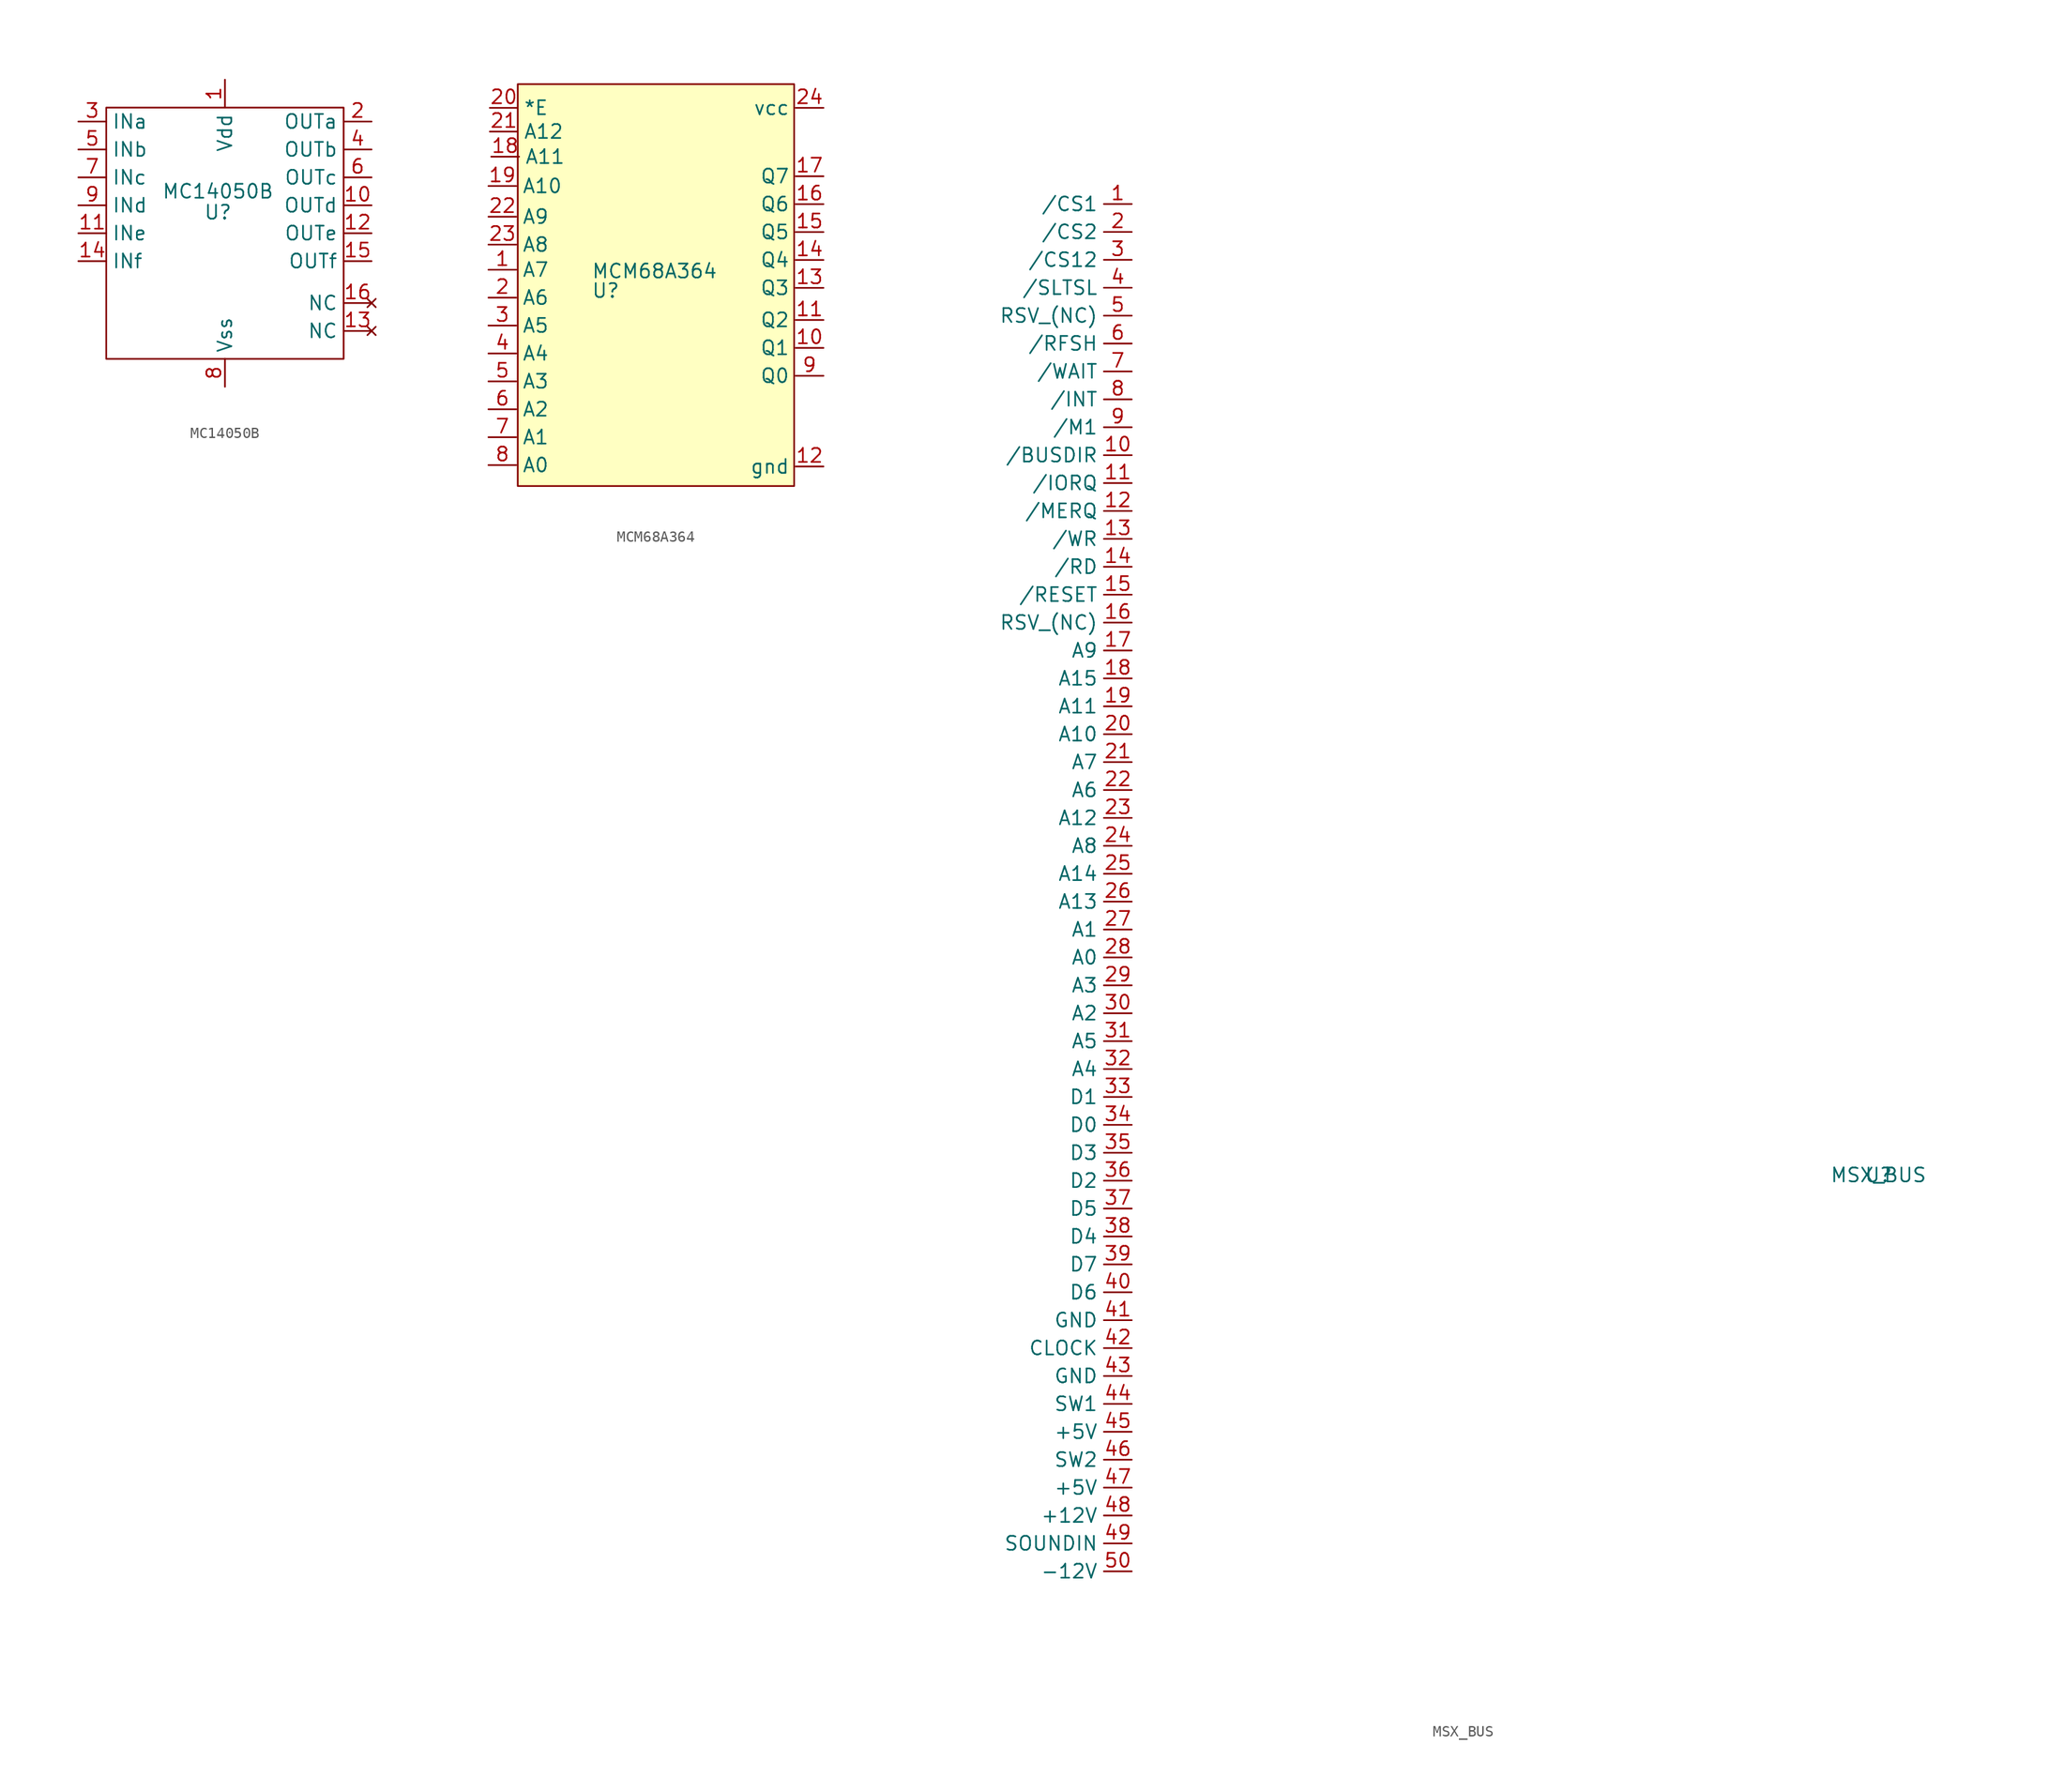
<source format=kicad_sym>
(kicad_symbol_lib
  (version 20211014)
  (generator kicad_symbol_editor)
  (symbol "MC14050B"
    (property "Reference" "U"
      (at 26.035 51.435 0)
      (effects (font (size 1.27 1.27))))
    (property "Value" "MC14050B"
      (at 26.035 53.34 0)
      (effects (font (size 1.27 1.27))))
    (symbol "MC14050B_0_1"
      (rectangle (start 37.465 38.1) (end 15.875 60.96) (stroke (width 0) (type default) (color 0 0 0 0)) (fill (type none))))
    (symbol "MC14050B_1_1"
      (pin power_in line (at 26.67 63.5 270) (length 2.54) (name "Vdd" (effects (font (size 1.27 1.27)))) (number "1" (effects (font (size 1.27 1.27)))))
      (pin output line (at 40.005 52.07 180) (length 2.54) (name "OUTd" (effects (font (size 1.27 1.27)))) (number "10" (effects (font (size 1.27 1.27)))))
      (pin input line (at 13.335 49.53 0) (length 2.54) (name "INe" (effects (font (size 1.27 1.27)))) (number "11" (effects (font (size 1.27 1.27)))))
      (pin output line (at 40.005 49.53 180) (length 2.54) (name "OUTe" (effects (font (size 1.27 1.27)))) (number "12" (effects (font (size 1.27 1.27)))))
      (pin no_connect line (at 40.005 40.64 180) (length 2.54) (name "NC" (effects (font (size 1.27 1.27)))) (number "13" (effects (font (size 1.27 1.27)))))
      (pin input line (at 13.335 46.99 0) (length 2.54) (name "INf" (effects (font (size 1.27 1.27)))) (number "14" (effects (font (size 1.27 1.27)))))
      (pin output line (at 40.005 46.99 180) (length 2.54) (name "OUTf" (effects (font (size 1.27 1.27)))) (number "15" (effects (font (size 1.27 1.27)))))
      (pin no_connect line (at 40.005 43.18 180) (length 2.54) (name "NC" (effects (font (size 1.27 1.27)))) (number "16" (effects (font (size 1.27 1.27)))))
      (pin output line (at 40.005 59.69 180) (length 2.54) (name "OUTa" (effects (font (size 1.27 1.27)))) (number "2" (effects (font (size 1.27 1.27)))))
      (pin input line (at 13.335 59.69 0) (length 2.54) (name "INa" (effects (font (size 1.27 1.27)))) (number "3" (effects (font (size 1.27 1.27)))))
      (pin output line (at 40.005 57.15 180) (length 2.54) (name "OUTb" (effects (font (size 1.27 1.27)))) (number "4" (effects (font (size 1.27 1.27)))))
      (pin input line (at 13.335 57.15 0) (length 2.54) (name "INb" (effects (font (size 1.27 1.27)))) (number "5" (effects (font (size 1.27 1.27)))))
      (pin output line (at 40.005 54.61 180) (length 2.54) (name "OUTc" (effects (font (size 1.27 1.27)))) (number "6" (effects (font (size 1.27 1.27)))))
      (pin input line (at 13.335 54.61 0) (length 2.54) (name "INc" (effects (font (size 1.27 1.27)))) (number "7" (effects (font (size 1.27 1.27)))))
      (pin power_in line (at 26.67 35.56 90) (length 2.54) (name "Vss" (effects (font (size 1.27 1.27)))) (number "8" (effects (font (size 1.27 1.27)))))
      (pin input line (at 13.335 52.07 0) (length 2.54) (name "INd" (effects (font (size 1.27 1.27)))) (number "9" (effects (font (size 1.27 1.27)))))))
  (symbol "MCM68A364"
    (property "Reference" "U"
      (at -4.826 2.54 0)
      (effects (font (size 1.27 1.27))))
    (property "Value" "MCM68A364"
      (at -0.381 4.318 0)
      (effects (font (size 1.27 1.27))))
    (symbol "MCM68A364_0_1"
      (rectangle (start -12.827 21.336) (end 12.319 -15.24) (stroke (width 0) (type default) (color 0 0 0 0)) (fill (type background))))
    (symbol "MCM68A364_1_1"
      (pin input line (at -15.494 4.445 0) (length 2.54) (name "A7" (effects (font (size 1.27 1.27)))) (number "1" (effects (font (size 1.27 1.27)))))
      (pin output line (at 14.986 -2.667 180) (length 2.54) (name "Q1" (effects (font (size 1.27 1.27)))) (number "10" (effects (font (size 1.27 1.27)))))
      (pin output line (at 14.986 -0.127 180) (length 2.54) (name "Q2" (effects (font (size 1.27 1.27)))) (number "11" (effects (font (size 1.27 1.27)))))
      (pin power_in line (at 14.986 -13.462 180) (length 2.54) (name "gnd" (effects (font (size 1.27 1.27)))) (number "12" (effects (font (size 1.27 1.27)))))
      (pin output line (at 14.986 2.794 180) (length 2.54) (name "Q3" (effects (font (size 1.27 1.27)))) (number "13" (effects (font (size 1.27 1.27)))))
      (pin output line (at 14.986 5.334 180) (length 2.54) (name "Q4" (effects (font (size 1.27 1.27)))) (number "14" (effects (font (size 1.27 1.27)))))
      (pin output line (at 14.986 7.874 180) (length 2.54) (name "Q5" (effects (font (size 1.27 1.27)))) (number "15" (effects (font (size 1.27 1.27)))))
      (pin output line (at 14.986 10.414 180) (length 2.54) (name "Q6" (effects (font (size 1.27 1.27)))) (number "16" (effects (font (size 1.27 1.27)))))
      (pin output line (at 14.986 12.954 180) (length 2.54) (name "Q7" (effects (font (size 1.27 1.27)))) (number "17" (effects (font (size 1.27 1.27)))))
      (pin input line (at -15.24 14.732 0) (length 2.54) (name "A11" (effects (font (size 1.27 1.27)))) (number "18" (effects (font (size 1.27 1.27)))))
      (pin input line (at -15.494 12.065 0) (length 2.54) (name "A10" (effects (font (size 1.27 1.27)))) (number "19" (effects (font (size 1.27 1.27)))))
      (pin input line (at -15.494 1.905 0) (length 2.54) (name "A6" (effects (font (size 1.27 1.27)))) (number "2" (effects (font (size 1.27 1.27)))))
      (pin input line (at -15.367 19.177 0) (length 2.54) (name "*E" (effects (font (size 1.27 1.27)))) (number "20" (effects (font (size 1.27 1.27)))))
      (pin input line (at -15.367 17.018 0) (length 2.54) (name "A12" (effects (font (size 1.27 1.27)))) (number "21" (effects (font (size 1.27 1.27)))))
      (pin input line (at -15.494 9.271 0) (length 2.54) (name "A9" (effects (font (size 1.27 1.27)))) (number "22" (effects (font (size 1.27 1.27)))))
      (pin input line (at -15.494 6.731 0) (length 2.54) (name "A8" (effects (font (size 1.27 1.27)))) (number "23" (effects (font (size 1.27 1.27)))))
      (pin power_in line (at 14.986 19.177 180) (length 2.54) (name "vcc" (effects (font (size 1.27 1.27)))) (number "24" (effects (font (size 1.27 1.27)))))
      (pin input line (at -15.494 -0.635 0) (length 2.54) (name "A5" (effects (font (size 1.27 1.27)))) (number "3" (effects (font (size 1.27 1.27)))))
      (pin input line (at -15.494 -3.175 0) (length 2.54) (name "A4" (effects (font (size 1.27 1.27)))) (number "4" (effects (font (size 1.27 1.27)))))
      (pin input line (at -15.494 -5.715 0) (length 2.54) (name "A3" (effects (font (size 1.27 1.27)))) (number "5" (effects (font (size 1.27 1.27)))))
      (pin input line (at -15.494 -8.255 0) (length 2.54) (name "A2" (effects (font (size 1.27 1.27)))) (number "6" (effects (font (size 1.27 1.27)))))
      (pin input line (at -15.494 -10.795 0) (length 2.54) (name "A1" (effects (font (size 1.27 1.27)))) (number "7" (effects (font (size 1.27 1.27)))))
      (pin input line (at -15.494 -13.335 0) (length 2.54) (name "A0" (effects (font (size 1.27 1.27)))) (number "8" (effects (font (size 1.27 1.27)))))
      (pin output line (at 14.986 -5.207 180) (length 2.54) (name "Q0" (effects (font (size 1.27 1.27)))) (number "9" (effects (font (size 1.27 1.27)))))))
  (symbol "MSX_BUS"
    (property "Reference" "U"
      (at 0 0 0)
      (effects (font (size 1.27 1.27))))
    (property "Value" "MSX_BUS"
      (at 0 0 0)
      (effects (font (size 1.27 1.27))))
    (symbol "MSX_BUS_1_1"
      (pin output line (at -67.945 88.392 180) (length 2.54) (name "/CS1" (effects (font (size 1.27 1.27)))) (number "1" (effects (font (size 1.27 1.27)))))
      (pin output line (at -67.945 65.532 180) (length 2.54) (name "/BUSDIR" (effects (font (size 1.27 1.27)))) (number "10" (effects (font (size 1.27 1.27)))))
      (pin output line (at -67.945 62.992 180) (length 2.54) (name "/IORQ" (effects (font (size 1.27 1.27)))) (number "11" (effects (font (size 1.27 1.27)))))
      (pin output line (at -67.945 60.452 180) (length 2.54) (name "/MERQ" (effects (font (size 1.27 1.27)))) (number "12" (effects (font (size 1.27 1.27)))))
      (pin output line (at -67.945 57.912 180) (length 2.54) (name "/WR" (effects (font (size 1.27 1.27)))) (number "13" (effects (font (size 1.27 1.27)))))
      (pin output line (at -67.945 55.372 180) (length 2.54) (name "/RD" (effects (font (size 1.27 1.27)))) (number "14" (effects (font (size 1.27 1.27)))))
      (pin input line (at -67.945 52.832 180) (length 2.54) (name "/RESET" (effects (font (size 1.27 1.27)))) (number "15" (effects (font (size 1.27 1.27)))))
      (pin output line (at -67.945 50.292 180) (length 2.54) (name "RSV_(NC)" (effects (font (size 1.27 1.27)))) (number "16" (effects (font (size 1.27 1.27)))))
      (pin output line (at -67.945 47.752 180) (length 2.54) (name "A9" (effects (font (size 1.27 1.27)))) (number "17" (effects (font (size 1.27 1.27)))))
      (pin output line (at -67.945 45.212 180) (length 2.54) (name "A15" (effects (font (size 1.27 1.27)))) (number "18" (effects (font (size 1.27 1.27)))))
      (pin output line (at -67.945 42.672 180) (length 2.54) (name "A11" (effects (font (size 1.27 1.27)))) (number "19" (effects (font (size 1.27 1.27)))))
      (pin output line (at -67.945 85.852 180) (length 2.54) (name "/CS2" (effects (font (size 1.27 1.27)))) (number "2" (effects (font (size 1.27 1.27)))))
      (pin output line (at -67.945 40.132 180) (length 2.54) (name "A10" (effects (font (size 1.27 1.27)))) (number "20" (effects (font (size 1.27 1.27)))))
      (pin output line (at -67.945 37.592 180) (length 2.54) (name "A7" (effects (font (size 1.27 1.27)))) (number "21" (effects (font (size 1.27 1.27)))))
      (pin output line (at -67.945 35.052 180) (length 2.54) (name "A6" (effects (font (size 1.27 1.27)))) (number "22" (effects (font (size 1.27 1.27)))))
      (pin output line (at -67.945 32.512 180) (length 2.54) (name "A12" (effects (font (size 1.27 1.27)))) (number "23" (effects (font (size 1.27 1.27)))))
      (pin output line (at -67.945 29.972 180) (length 2.54) (name "A8" (effects (font (size 1.27 1.27)))) (number "24" (effects (font (size 1.27 1.27)))))
      (pin output line (at -67.945 27.432 180) (length 2.54) (name "A14" (effects (font (size 1.27 1.27)))) (number "25" (effects (font (size 1.27 1.27)))))
      (pin output line (at -67.945 24.892 180) (length 2.54) (name "A13" (effects (font (size 1.27 1.27)))) (number "26" (effects (font (size 1.27 1.27)))))
      (pin output line (at -67.945 22.352 180) (length 2.54) (name "A1" (effects (font (size 1.27 1.27)))) (number "27" (effects (font (size 1.27 1.27)))))
      (pin output line (at -67.945 19.812 180) (length 2.54) (name "A0" (effects (font (size 1.27 1.27)))) (number "28" (effects (font (size 1.27 1.27)))))
      (pin output line (at -67.945 17.272 180) (length 2.54) (name "A3" (effects (font (size 1.27 1.27)))) (number "29" (effects (font (size 1.27 1.27)))))
      (pin output line (at -67.945 83.312 180) (length 2.54) (name "/CS12" (effects (font (size 1.27 1.27)))) (number "3" (effects (font (size 1.27 1.27)))))
      (pin output line (at -67.945 14.732 180) (length 2.54) (name "A2" (effects (font (size 1.27 1.27)))) (number "30" (effects (font (size 1.27 1.27)))))
      (pin output line (at -67.945 12.192 180) (length 2.54) (name "A5" (effects (font (size 1.27 1.27)))) (number "31" (effects (font (size 1.27 1.27)))))
      (pin output line (at -67.945 9.652 180) (length 2.54) (name "A4" (effects (font (size 1.27 1.27)))) (number "32" (effects (font (size 1.27 1.27)))))
      (pin output line (at -67.945 7.112 180) (length 2.54) (name "D1" (effects (font (size 1.27 1.27)))) (number "33" (effects (font (size 1.27 1.27)))))
      (pin output line (at -67.945 4.572 180) (length 2.54) (name "D0" (effects (font (size 1.27 1.27)))) (number "34" (effects (font (size 1.27 1.27)))))
      (pin output line (at -67.945 2.032 180) (length 2.54) (name "D3" (effects (font (size 1.27 1.27)))) (number "35" (effects (font (size 1.27 1.27)))))
      (pin output line (at -67.945 -0.508 180) (length 2.54) (name "D2" (effects (font (size 1.27 1.27)))) (number "36" (effects (font (size 1.27 1.27)))))
      (pin output line (at -67.945 -3.048 180) (length 2.54) (name "D5" (effects (font (size 1.27 1.27)))) (number "37" (effects (font (size 1.27 1.27)))))
      (pin output line (at -67.945 -5.588 180) (length 2.54) (name "D4" (effects (font (size 1.27 1.27)))) (number "38" (effects (font (size 1.27 1.27)))))
      (pin output line (at -67.945 -8.128 180) (length 2.54) (name "D7" (effects (font (size 1.27 1.27)))) (number "39" (effects (font (size 1.27 1.27)))))
      (pin output line (at -67.945 80.772 180) (length 2.54) (name "/SLTSL" (effects (font (size 1.27 1.27)))) (number "4" (effects (font (size 1.27 1.27)))))
      (pin output line (at -67.945 -10.668 180) (length 2.54) (name "D6" (effects (font (size 1.27 1.27)))) (number "40" (effects (font (size 1.27 1.27)))))
      (pin output line (at -67.945 -13.208 180) (length 2.54) (name "GND" (effects (font (size 1.27 1.27)))) (number "41" (effects (font (size 1.27 1.27)))))
      (pin output line (at -67.945 -15.748 180) (length 2.54) (name "CLOCK" (effects (font (size 1.27 1.27)))) (number "42" (effects (font (size 1.27 1.27)))))
      (pin output line (at -67.945 -18.288 180) (length 2.54) (name "GND" (effects (font (size 1.27 1.27)))) (number "43" (effects (font (size 1.27 1.27)))))
      (pin output line (at -67.945 -20.828 180) (length 2.54) (name "SW1" (effects (font (size 1.27 1.27)))) (number "44" (effects (font (size 1.27 1.27)))))
      (pin output line (at -67.945 -23.368 180) (length 2.54) (name "+5V" (effects (font (size 1.27 1.27)))) (number "45" (effects (font (size 1.27 1.27)))))
      (pin output line (at -67.945 -25.908 180) (length 2.54) (name "SW2" (effects (font (size 1.27 1.27)))) (number "46" (effects (font (size 1.27 1.27)))))
      (pin output line (at -67.945 -28.448 180) (length 2.54) (name "+5V" (effects (font (size 1.27 1.27)))) (number "47" (effects (font (size 1.27 1.27)))))
      (pin output line (at -67.945 -30.988 180) (length 2.54) (name "+12V" (effects (font (size 1.27 1.27)))) (number "48" (effects (font (size 1.27 1.27)))))
      (pin output line (at -67.945 -33.528 180) (length 2.54) (name "SOUNDIN" (effects (font (size 1.27 1.27)))) (number "49" (effects (font (size 1.27 1.27)))))
      (pin output line (at -67.945 78.232 180) (length 2.54) (name "RSV_(NC)" (effects (font (size 1.27 1.27)))) (number "5" (effects (font (size 1.27 1.27)))))
      (pin output line (at -67.945 -36.068 180) (length 2.54) (name "-12V" (effects (font (size 1.27 1.27)))) (number "50" (effects (font (size 1.27 1.27)))))
      (pin output line (at -67.945 75.692 180) (length 2.54) (name "/RFSH" (effects (font (size 1.27 1.27)))) (number "6" (effects (font (size 1.27 1.27)))))
      (pin output line (at -67.945 73.152 180) (length 2.54) (name "/WAIT" (effects (font (size 1.27 1.27)))) (number "7" (effects (font (size 1.27 1.27)))))
      (pin output line (at -67.945 70.612 180) (length 2.54) (name "/INT" (effects (font (size 1.27 1.27)))) (number "8" (effects (font (size 1.27 1.27)))))
      (pin output line (at -67.945 68.072 180) (length 2.54) (name "/M1" (effects (font (size 1.27 1.27)))) (number "9" (effects (font (size 1.27 1.27))))))))
</source>
